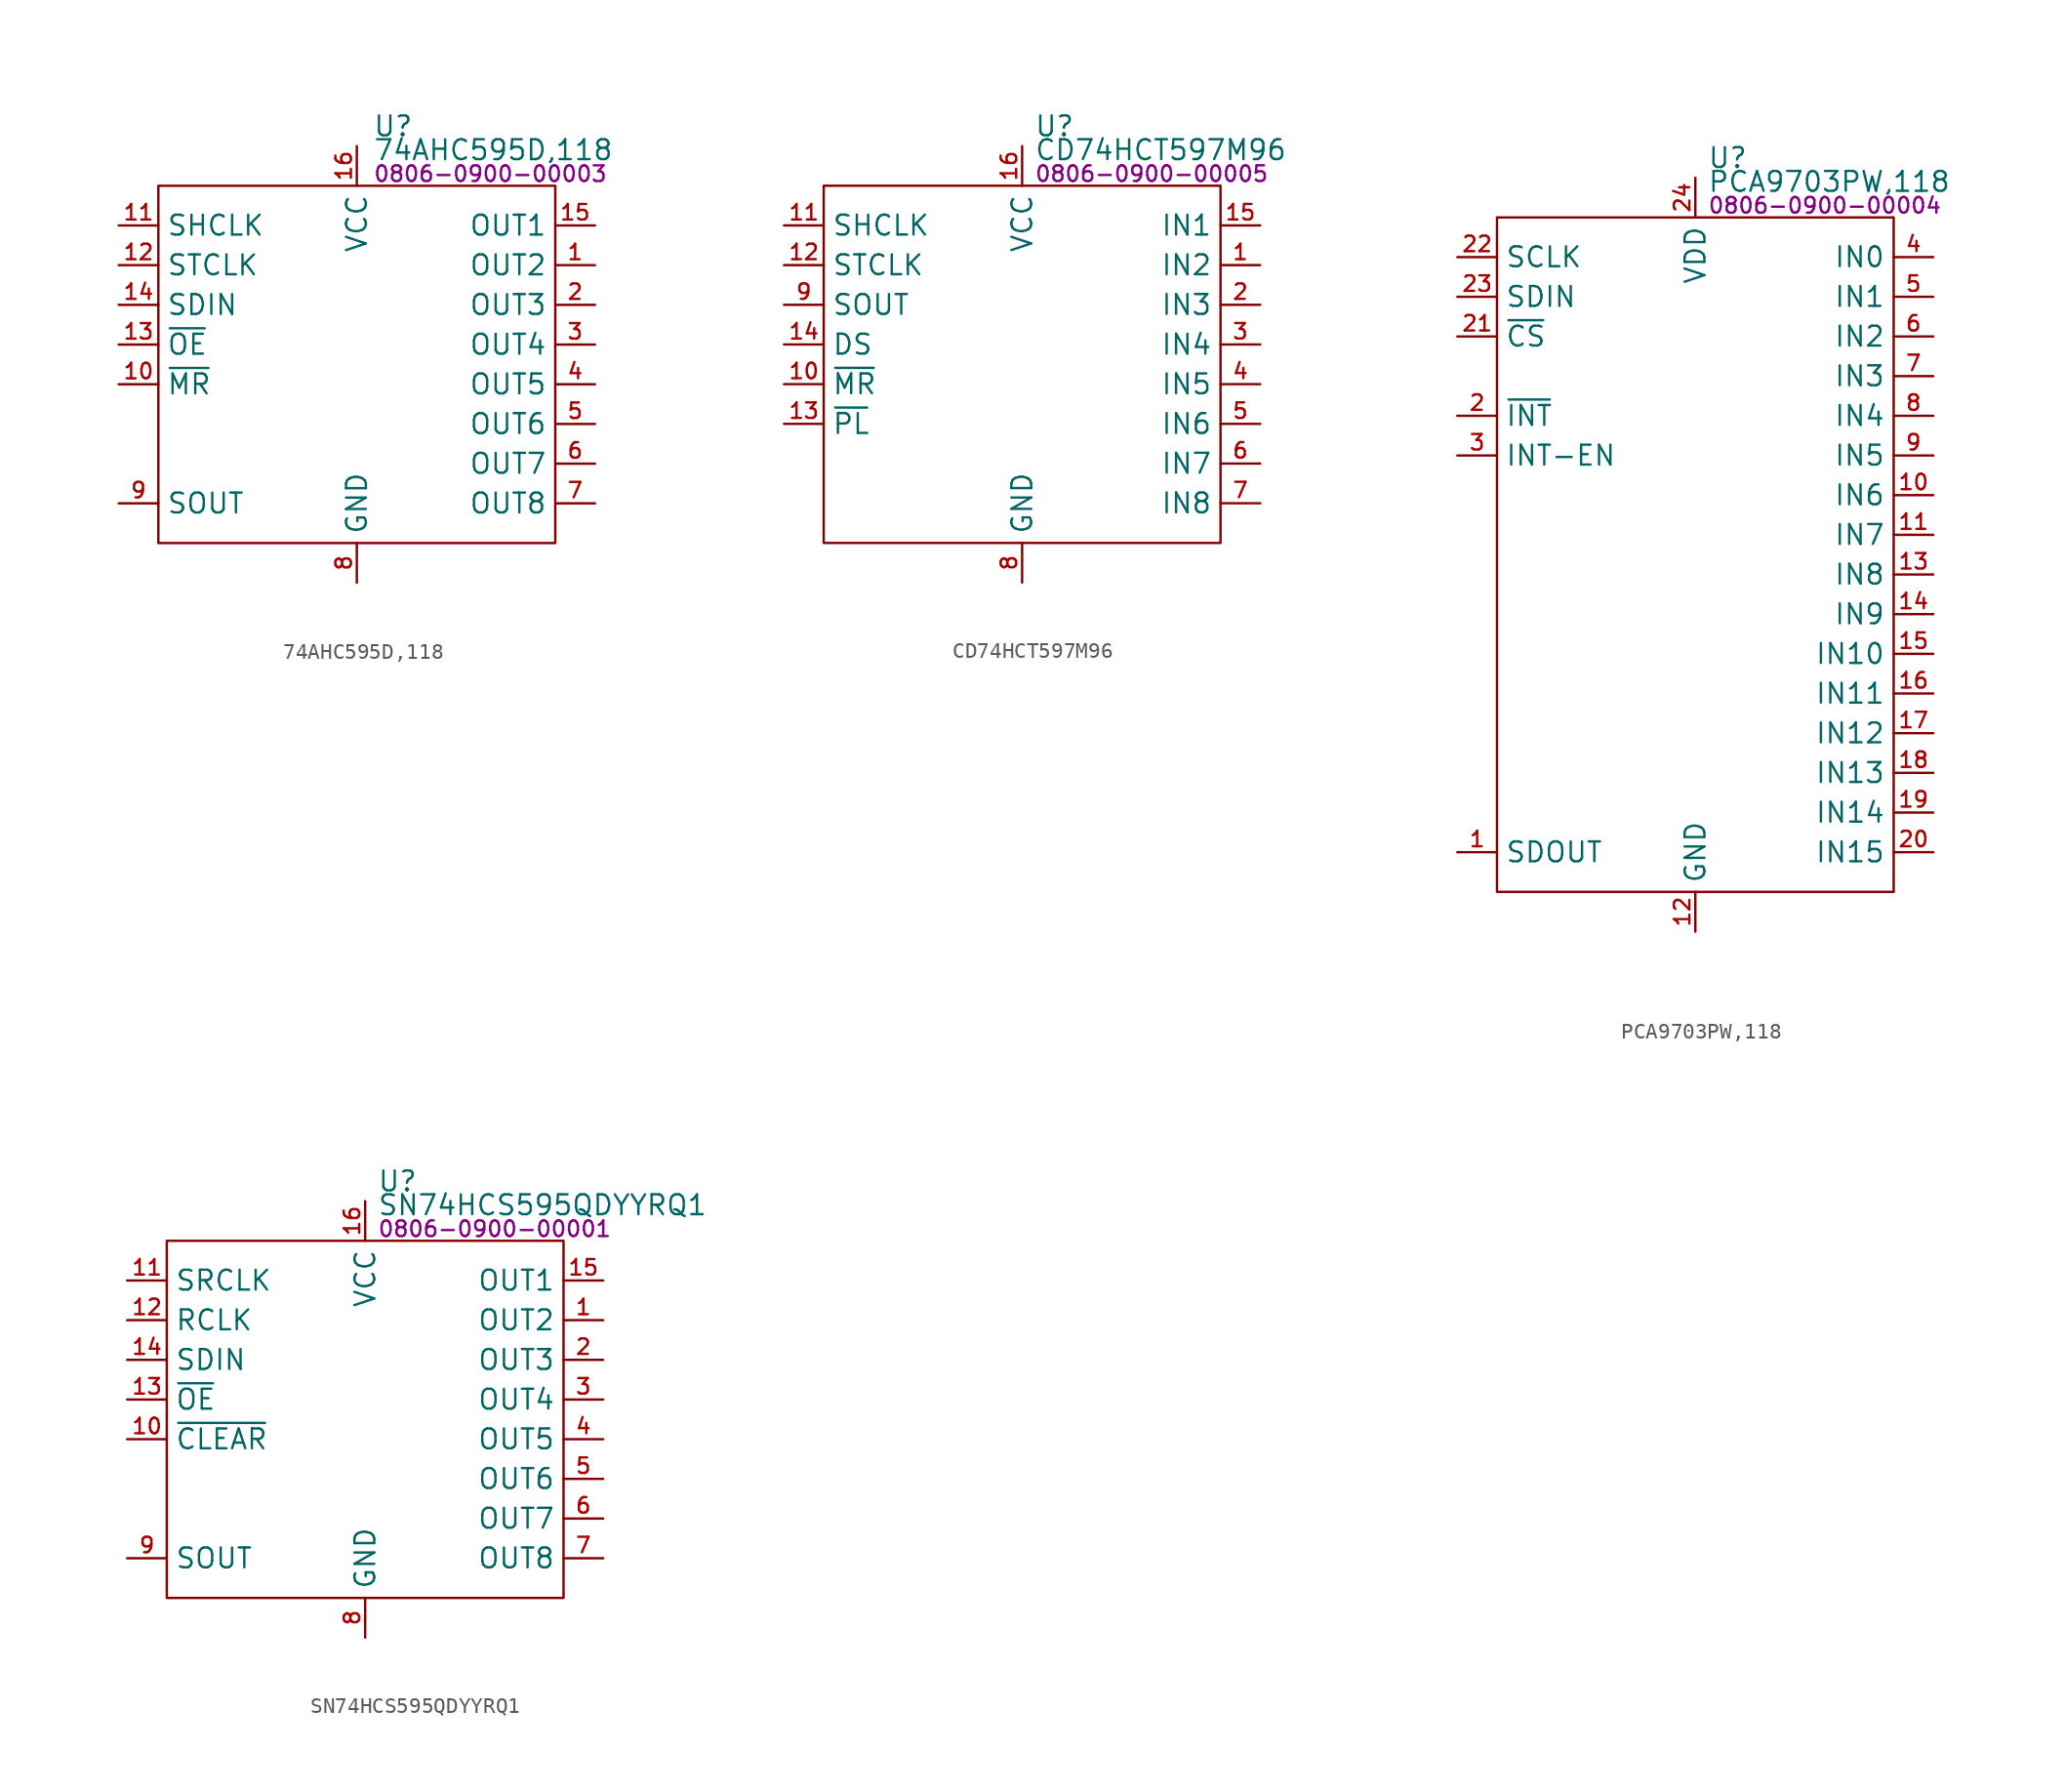
<source format=kicad_sym>
(kicad_symbol_lib
  (version 20231120)
  (generator "kicad_symbol_editor")
  (generator_version "8.0")
  (symbol "74AHC595D,118"
    (property "Reference" "U"
      (at 13.716 3.81 0)
      (effects (font (size 1.27 1.27)) (justify left)))
    (property "Value" "74AHC595D,118"
      (at 13.716 2.286 0)
      (effects (font (size 1.27 1.27)) (justify left)))
    (property "PartNumber" "0806-0900-00003"
      (at 13.716 0.762 0)
      (effects (font (size 1 1)) (justify left)))
    (symbol "74AHC595D,118_0_0"
      (pin output line (at 27.94 -5.08 180) (length 2.54) (name "OUT2" (effects (font (size 1.27 1.27)))) (number "1" (effects (font (size 0.991 0.991)))))
      (pin input line (at -2.54 -12.7 0) (length 2.54) (name "~{MR}" (effects (font (size 1.27 1.27)))) (number "10" (effects (font (size 0.991 0.991)))))
      (pin input line (at -2.54 -2.54 0) (length 2.54) (name "SHCLK" (effects (font (size 1.27 1.27)))) (number "11" (effects (font (size 0.991 0.991)))))
      (pin input line (at -2.54 -5.08 0) (length 2.54) (name "STCLK" (effects (font (size 1.27 1.27)))) (number "12" (effects (font (size 0.991 0.991)))))
      (pin input line (at -2.54 -10.16 0) (length 2.54) (name "~{OE}" (effects (font (size 1.27 1.27)))) (number "13" (effects (font (size 0.991 0.991)))))
      (pin input line (at -2.54 -7.62 0) (length 2.54) (name "SDIN" (effects (font (size 1.27 1.27)))) (number "14" (effects (font (size 0.991 0.991)))))
      (pin output line (at 27.94 -2.54 180) (length 2.54) (name "OUT1" (effects (font (size 1.27 1.27)))) (number "15" (effects (font (size 0.991 0.991)))))
      (pin power_in line (at 12.7 2.54 270) (length 2.54) (name "VCC" (effects (font (size 1.27 1.27)))) (number "16" (effects (font (size 0.991 0.991)))))
      (pin output line (at 27.94 -7.62 180) (length 2.54) (name "OUT3" (effects (font (size 1.27 1.27)))) (number "2" (effects (font (size 0.991 0.991)))))
      (pin output line (at 27.94 -10.16 180) (length 2.54) (name "OUT4" (effects (font (size 1.27 1.27)))) (number "3" (effects (font (size 0.991 0.991)))))
      (pin output line (at 27.94 -12.7 180) (length 2.54) (name "OUT5" (effects (font (size 1.27 1.27)))) (number "4" (effects (font (size 0.991 0.991)))))
      (pin output line (at 27.94 -15.24 180) (length 2.54) (name "OUT6" (effects (font (size 1.27 1.27)))) (number "5" (effects (font (size 0.991 0.991)))))
      (pin output line (at 27.94 -17.78 180) (length 2.54) (name "OUT7" (effects (font (size 1.27 1.27)))) (number "6" (effects (font (size 0.991 0.991)))))
      (pin output line (at 27.94 -20.32 180) (length 2.54) (name "OUT8" (effects (font (size 1.27 1.27)))) (number "7" (effects (font (size 0.991 0.991)))))
      (pin power_in line (at 12.7 -25.4 90) (length 2.54) (name "GND" (effects (font (size 1.27 1.27)))) (number "8" (effects (font (size 0.991 0.991)))))
      (pin input line (at -2.54 -20.32 0) (length 2.54) (name "SOUT" (effects (font (size 1.27 1.27)))) (number "9" (effects (font (size 0.991 0.991))))))
    (symbol "74AHC595D,118_0_1"
      (rectangle (start 0 0) (end 25.4 -22.86) (stroke (width 0) (type default)) (fill (type none)))))
  (symbol "CD74HCT597M96"
    (property "Reference" "U"
      (at 13.462 3.81 0)
      (effects (font (size 1.27 1.27)) (justify left)))
    (property "Value" "CD74HCT597M96"
      (at 13.462 2.286 0)
      (effects (font (size 1.27 1.27)) (justify left)))
    (property "PartNumber" "0806-0900-00005"
      (at 13.462 0.762 0)
      (effects (font (size 1 1)) (justify left)))
    (symbol "CD74HCT597M96_0_0"
      (pin input line (at 27.94 -5.08 180) (length 2.54) (name "IN2" (effects (font (size 1.27 1.27)))) (number "1" (effects (font (size 0.991 0.991)))))
      (pin input line (at -2.54 -12.7 0) (length 2.54) (name "~{MR}" (effects (font (size 1.27 1.27)))) (number "10" (effects (font (size 0.991 0.991)))))
      (pin input line (at -2.54 -2.54 0) (length 2.54) (name "SHCLK" (effects (font (size 1.27 1.27)))) (number "11" (effects (font (size 0.991 0.991)))))
      (pin input line (at -2.54 -5.08 0) (length 2.54) (name "STCLK" (effects (font (size 1.27 1.27)))) (number "12" (effects (font (size 0.991 0.991)))))
      (pin input line (at -2.54 -15.24 0) (length 2.54) (name "~{PL}" (effects (font (size 1.27 1.27)))) (number "13" (effects (font (size 0.991 0.991)))))
      (pin input line (at 27.94 -2.54 180) (length 2.54) (name "IN1" (effects (font (size 1.27 1.27)))) (number "15" (effects (font (size 0.991 0.991)))))
      (pin power_in line (at 12.7 2.54 270) (length 2.54) (name "VCC" (effects (font (size 1.27 1.27)))) (number "16" (effects (font (size 0.991 0.991)))))
      (pin input line (at 27.94 -7.62 180) (length 2.54) (name "IN3" (effects (font (size 1.27 1.27)))) (number "2" (effects (font (size 0.991 0.991)))))
      (pin input line (at 27.94 -10.16 180) (length 2.54) (name "IN4" (effects (font (size 1.27 1.27)))) (number "3" (effects (font (size 0.991 0.991)))))
      (pin input line (at 27.94 -12.7 180) (length 2.54) (name "IN5" (effects (font (size 1.27 1.27)))) (number "4" (effects (font (size 0.991 0.991)))))
      (pin input line (at 27.94 -15.24 180) (length 2.54) (name "IN6" (effects (font (size 1.27 1.27)))) (number "5" (effects (font (size 0.991 0.991)))))
      (pin input line (at 27.94 -17.78 180) (length 2.54) (name "IN7" (effects (font (size 1.27 1.27)))) (number "6" (effects (font (size 0.991 0.991)))))
      (pin input line (at 27.94 -20.32 180) (length 2.54) (name "IN8" (effects (font (size 1.27 1.27)))) (number "7" (effects (font (size 0.991 0.991)))))
      (pin power_in line (at 12.7 -25.4 90) (length 2.54) (name "GND" (effects (font (size 1.27 1.27)))) (number "8" (effects (font (size 0.991 0.991)))))
      (pin output line (at -2.54 -7.62 0) (length 2.54) (name "SOUT" (effects (font (size 1.27 1.27)))) (number "9" (effects (font (size 0.991 0.991))))))
    (symbol "CD74HCT597M96_0_1"
      (rectangle (start 0 0) (end 25.4 -22.86) (stroke (width 0) (type default)) (fill (type none))))
    (symbol "CD74HCT597M96_1_0"
      (pin input line (at -2.54 -10.16 0) (length 2.54) (name "DS" (effects (font (size 1.27 1.27)))) (number "14" (effects (font (size 0.991 0.991)))))))
  (symbol "PCA9703PW,118"
    (property "Reference" "U"
      (at 13.462 3.81 0)
      (effects (font (size 1.27 1.27)) (justify left)))
    (property "Value" "PCA9703PW,118"
      (at 13.462 2.286 0)
      (effects (font (size 1.27 1.27)) (justify left)))
    (property "PartNumber" "0806-0900-00004"
      (at 13.462 0.762 0)
      (effects (font (size 1 1)) (justify left)))
    (symbol "PCA9703PW,118_0_0"
      (pin output line (at -2.54 -40.64 0) (length 2.54) (name "SDOUT" (effects (font (size 1.27 1.27)))) (number "1" (effects (font (size 0.991 0.991)))))
      (pin input line (at 27.94 -17.78 180) (length 2.54) (name "IN6" (effects (font (size 1.27 1.27)))) (number "10" (effects (font (size 0.991 0.991)))))
      (pin input line (at 27.94 -20.32 180) (length 2.54) (name "IN7" (effects (font (size 1.27 1.27)))) (number "11" (effects (font (size 0.991 0.991)))))
      (pin power_in line (at 12.7 -45.72 90) (length 2.54) (name "GND" (effects (font (size 1.27 1.27)))) (number "12" (effects (font (size 0.991 0.991)))))
      (pin input line (at 27.94 -22.86 180) (length 2.54) (name "IN8" (effects (font (size 1.27 1.27)))) (number "13" (effects (font (size 0.991 0.991)))))
      (pin input line (at 27.94 -25.4 180) (length 2.54) (name "IN9" (effects (font (size 1.27 1.27)))) (number "14" (effects (font (size 0.991 0.991)))))
      (pin input line (at 27.94 -27.94 180) (length 2.54) (name "IN10" (effects (font (size 1.27 1.27)))) (number "15" (effects (font (size 0.991 0.991)))))
      (pin input line (at 27.94 -30.48 180) (length 2.54) (name "IN11" (effects (font (size 1.27 1.27)))) (number "16" (effects (font (size 0.991 0.991)))))
      (pin input line (at 27.94 -33.02 180) (length 2.54) (name "IN12" (effects (font (size 1.27 1.27)))) (number "17" (effects (font (size 0.991 0.991)))))
      (pin input line (at 27.94 -35.56 180) (length 2.54) (name "IN13" (effects (font (size 1.27 1.27)))) (number "18" (effects (font (size 0.991 0.991)))))
      (pin input line (at 27.94 -38.1 180) (length 2.54) (name "IN14" (effects (font (size 1.27 1.27)))) (number "19" (effects (font (size 0.991 0.991)))))
      (pin input line (at -2.54 -12.7 0) (length 2.54) (name "~{INT}" (effects (font (size 1.27 1.27)))) (number "2" (effects (font (size 0.991 0.991)))))
      (pin input line (at 27.94 -40.64 180) (length 2.54) (name "IN15" (effects (font (size 1.27 1.27)))) (number "20" (effects (font (size 0.991 0.991)))))
      (pin input line (at -2.54 -7.62 0) (length 2.54) (name "~{CS}" (effects (font (size 1.27 1.27)))) (number "21" (effects (font (size 0.991 0.991)))))
      (pin input line (at -2.54 -2.54 0) (length 2.54) (name "SCLK" (effects (font (size 1.27 1.27)))) (number "22" (effects (font (size 0.991 0.991)))))
      (pin input line (at -2.54 -5.08 0) (length 2.54) (name "SDIN" (effects (font (size 1.27 1.27)))) (number "23" (effects (font (size 0.991 0.991)))))
      (pin power_in line (at 12.7 2.54 270) (length 2.54) (name "VDD" (effects (font (size 1.27 1.27)))) (number "24" (effects (font (size 0.991 0.991)))))
      (pin input line (at -2.54 -15.24 0) (length 2.54) (name "INT-EN" (effects (font (size 1.27 1.27)))) (number "3" (effects (font (size 0.991 0.991)))))
      (pin input line (at 27.94 -2.54 180) (length 2.54) (name "IN0" (effects (font (size 1.27 1.27)))) (number "4" (effects (font (size 0.991 0.991)))))
      (pin input line (at 27.94 -5.08 180) (length 2.54) (name "IN1" (effects (font (size 1.27 1.27)))) (number "5" (effects (font (size 0.991 0.991)))))
      (pin input line (at 27.94 -7.62 180) (length 2.54) (name "IN2" (effects (font (size 1.27 1.27)))) (number "6" (effects (font (size 0.991 0.991)))))
      (pin input line (at 27.94 -10.16 180) (length 2.54) (name "IN3" (effects (font (size 1.27 1.27)))) (number "7" (effects (font (size 0.991 0.991)))))
      (pin input line (at 27.94 -12.7 180) (length 2.54) (name "IN4" (effects (font (size 1.27 1.27)))) (number "8" (effects (font (size 0.991 0.991)))))
      (pin input line (at 27.94 -15.24 180) (length 2.54) (name "IN5" (effects (font (size 1.27 1.27)))) (number "9" (effects (font (size 0.991 0.991))))))
    (symbol "PCA9703PW,118_0_1"
      (rectangle (start 0 0) (end 25.4 -43.18) (stroke (width 0) (type default)) (fill (type none)))))
  (symbol "SN74HCS595QDYYRQ1"
    (property "Reference" "U"
      (at 13.462 3.81 0)
      (effects (font (size 1.27 1.27)) (justify left)))
    (property "Value" "SN74HCS595QDYYRQ1"
      (at 13.462 2.286 0)
      (effects (font (size 1.27 1.27)) (justify left)))
    (property "PartNumber" "0806-0900-00001"
      (at 13.462 0.762 0)
      (effects (font (size 1 1)) (justify left)))
    (symbol "SN74HCS595QDYYRQ1_0_0"
      (pin output line (at 27.94 -5.08 180) (length 2.54) (name "OUT2" (effects (font (size 1.27 1.27)))) (number "1" (effects (font (size 0.991 0.991)))))
      (pin input line (at -2.54 -12.7 0) (length 2.54) (name "~{CLEAR}" (effects (font (size 1.27 1.27)))) (number "10" (effects (font (size 0.991 0.991)))))
      (pin input line (at -2.54 -2.54 0) (length 2.54) (name "SRCLK" (effects (font (size 1.27 1.27)))) (number "11" (effects (font (size 0.991 0.991)))))
      (pin input line (at -2.54 -5.08 0) (length 2.54) (name "RCLK" (effects (font (size 1.27 1.27)))) (number "12" (effects (font (size 0.991 0.991)))))
      (pin input line (at -2.54 -10.16 0) (length 2.54) (name "~{OE}" (effects (font (size 1.27 1.27)))) (number "13" (effects (font (size 0.991 0.991)))))
      (pin input line (at -2.54 -7.62 0) (length 2.54) (name "SDIN" (effects (font (size 1.27 1.27)))) (number "14" (effects (font (size 0.991 0.991)))))
      (pin output line (at 27.94 -2.54 180) (length 2.54) (name "OUT1" (effects (font (size 1.27 1.27)))) (number "15" (effects (font (size 0.991 0.991)))))
      (pin power_in line (at 12.7 2.54 270) (length 2.54) (name "VCC" (effects (font (size 1.27 1.27)))) (number "16" (effects (font (size 0.991 0.991)))))
      (pin output line (at 27.94 -7.62 180) (length 2.54) (name "OUT3" (effects (font (size 1.27 1.27)))) (number "2" (effects (font (size 0.991 0.991)))))
      (pin output line (at 27.94 -10.16 180) (length 2.54) (name "OUT4" (effects (font (size 1.27 1.27)))) (number "3" (effects (font (size 0.991 0.991)))))
      (pin output line (at 27.94 -12.7 180) (length 2.54) (name "OUT5" (effects (font (size 1.27 1.27)))) (number "4" (effects (font (size 0.991 0.991)))))
      (pin output line (at 27.94 -15.24 180) (length 2.54) (name "OUT6" (effects (font (size 1.27 1.27)))) (number "5" (effects (font (size 0.991 0.991)))))
      (pin output line (at 27.94 -17.78 180) (length 2.54) (name "OUT7" (effects (font (size 1.27 1.27)))) (number "6" (effects (font (size 0.991 0.991)))))
      (pin output line (at 27.94 -20.32 180) (length 2.54) (name "OUT8" (effects (font (size 1.27 1.27)))) (number "7" (effects (font (size 0.991 0.991)))))
      (pin power_in line (at 12.7 -25.4 90) (length 2.54) (name "GND" (effects (font (size 1.27 1.27)))) (number "8" (effects (font (size 0.991 0.991)))))
      (pin output line (at -2.54 -20.32 0) (length 2.54) (name "SOUT" (effects (font (size 1.27 1.27)))) (number "9" (effects (font (size 0.991 0.991))))))
    (symbol "SN74HCS595QDYYRQ1_0_1"
      (rectangle (start 0 0) (end 25.4 -22.86) (stroke (width 0) (type default)) (fill (type none))))))
</source>
